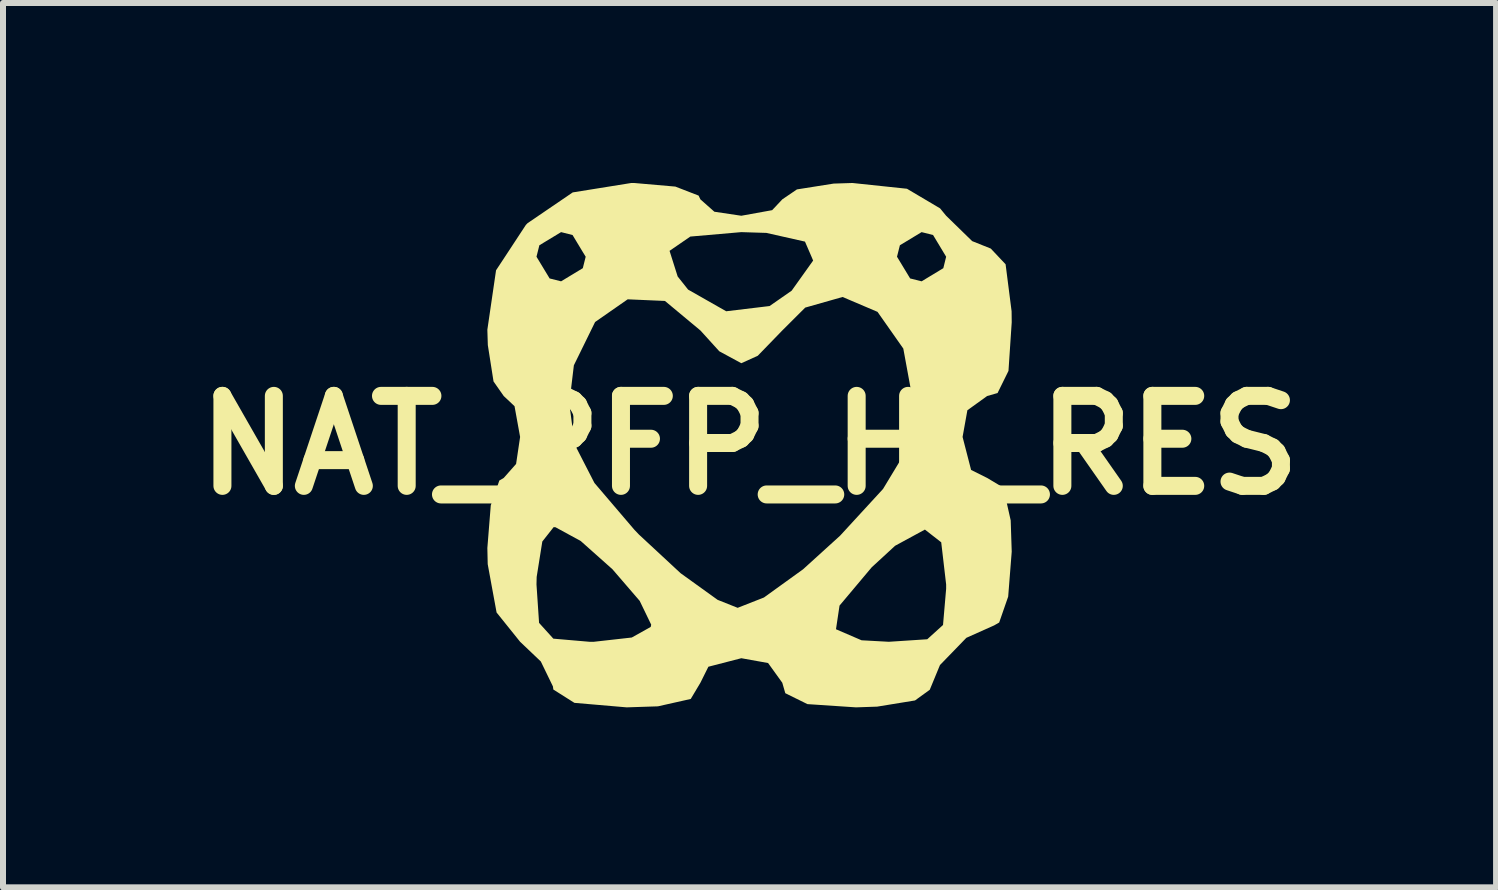
<source format=kicad_pcb>
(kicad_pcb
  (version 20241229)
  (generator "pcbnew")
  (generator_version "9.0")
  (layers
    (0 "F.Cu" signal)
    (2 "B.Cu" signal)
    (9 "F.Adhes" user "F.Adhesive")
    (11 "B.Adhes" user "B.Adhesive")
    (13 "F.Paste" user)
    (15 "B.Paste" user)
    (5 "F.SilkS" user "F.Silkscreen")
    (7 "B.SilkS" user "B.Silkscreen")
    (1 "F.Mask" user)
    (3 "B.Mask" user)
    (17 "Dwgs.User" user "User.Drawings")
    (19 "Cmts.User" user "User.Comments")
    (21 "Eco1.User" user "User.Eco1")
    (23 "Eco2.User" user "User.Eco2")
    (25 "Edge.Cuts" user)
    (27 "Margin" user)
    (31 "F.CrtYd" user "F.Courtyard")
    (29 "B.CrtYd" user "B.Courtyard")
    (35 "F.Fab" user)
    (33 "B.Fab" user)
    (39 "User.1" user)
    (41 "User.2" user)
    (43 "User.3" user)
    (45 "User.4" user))
  (footprint "NAT_PFP_HI_RES"
    (layer "F.Cu")
    (at 9.443 4.37)
    (property "Reference" "NAT_PFP_HI_RES" (at 0 0 0) (layer "F.SilkS") (effects (font (size 1.5 1.5) (thickness 0.3))))
    (attr board_only exclude_from_pos_files exclude_from_bom)
    (fp_poly (pts (xy 2.624 -4.274) (xy 3.176 -3.947) (xy 3.277 -3.824) (xy 3.711 -3.401) (xy 4.021 -3.277) (xy 4.268 -3.015) (xy 4.368 -2.232) (xy 4.37 -2.048) (xy 4.316 -1.238) (xy 4.134 -0.869) (xy 3.96 -0.819) (xy 3.631 -0.582) (xy 3.551 -0.137) (xy 3.693 0.413) (xy 3.96 0.546) (xy 4.23 0.707) (xy 4.353 1.254) (xy 4.37 1.775) (xy 4.311 2.524) (xy 4.161 2.956) (xy 4.077 3.004) (xy 3.614 3.211) (xy 3.174 3.665) (xy 3.004 4.077) (xy 2.758 4.255) (xy 2.127 4.358) (xy 1.775 4.37) (xy 0.965 4.316) (xy 0.596 4.134) (xy 0.546 3.96) (xy 0.309 3.631) (xy -0.137 3.551) (xy -0.686 3.693) (xy -0.819 3.96) (xy -0.98 4.23) (xy -1.527 4.353) (xy -2.048 4.37) (xy -2.919 4.295) (xy -3.27 4.073) (xy -3.277 4.021) (xy -3.479 3.605) (xy -3.824 3.277) (xy -4.216 2.789) (xy -4.302 2.322) (xy -3.551 2.322) (xy -3.508 2.962) (xy -3.27 3.225) (xy -2.667 3.277) (xy -2.595 3.277) (xy -1.963 3.206) (xy -1.716 3.068) (xy 1.441 3.068) (xy 1.867 3.252) (xy 2.322 3.277) (xy 2.962 3.235) (xy 3.225 2.997) (xy 3.277 2.394) (xy 3.277 2.322) (xy 3.195 1.619) (xy 2.923 1.407) (xy 2.426 1.677) (xy 2.036 2.036) (xy 1.5 2.674) (xy 1.441 3.068) (xy -1.716 3.068) (xy -1.647 3.029) (xy -1.639 2.992) (xy -1.831 2.595) (xy -2.285 2.068) (xy -2.814 1.597) (xy -3.234 1.368) (xy -3.265 1.366) (xy -3.454 1.606) (xy -3.548 2.196) (xy -3.551 2.322) (xy -4.302 2.322) (xy -4.364 1.983) (xy -4.37 1.715) (xy -4.313 1.003) (xy -4.17 0.589) (xy -4.097 0.546) (xy -3.891 0.313) (xy -3.824 -0.137) (xy -3.917 -0.65) (xy -3.966 -0.696) (xy -3.004 -0.696) (xy -2.915 -0.013) (xy -2.585 0.63) (xy -1.921 1.408) (xy -1.844 1.489) (xy -1.149 2.134) (xy -0.532 2.578) (xy -0.198 2.711) (xy 0.24 2.539) (xy 0.892 2.069) (xy 1.509 1.509) (xy 2.225 0.73) (xy 2.599 0.111) (xy 2.727 -0.515) (xy 2.731 -0.695) (xy 2.563 -1.61) (xy 2.133 -2.222) (xy 1.551 -2.47) (xy 0.928 -2.293) (xy 0.546 -1.912) (xy 0.137 -1.49) (xy -0.137 -1.366) (xy -0.504 -1.565) (xy -0.819 -1.912) (xy -1.41 -2.404) (xy -2.031 -2.431) (xy -2.574 -2.053) (xy -2.928 -1.331) (xy -3.004 -0.696) (xy -3.966 -0.696) (xy -4.097 -0.819) (xy -4.267 -1.062) (xy -4.362 -1.668) (xy -4.37 -1.924) (xy -4.225 -2.915) (xy -4.076 -3.141) (xy -3.551 -3.141) (xy -3.332 -2.779) (xy -3.141 -2.731) (xy -2.779 -2.95) (xy -2.731 -3.141) (xy -2.791 -3.239) (xy -1.333 -3.239) (xy -1.198 -2.812) (xy -1.024 -2.593) (xy -0.389 -2.232) (xy 0.334 -2.319) (xy 0.702 -2.575) (xy 1.06 -3.077) (xy 1.033 -3.141) (xy 2.458 -3.141) (xy 2.677 -2.779) (xy 2.868 -2.731) (xy 3.23 -2.95) (xy 3.277 -3.141) (xy 3.059 -3.503) (xy 2.868 -3.551) (xy 2.506 -3.332) (xy 2.458 -3.141) (xy 1.033 -3.141) (xy 0.924 -3.393) (xy 0.281 -3.538) (xy -0.137 -3.551) (xy -0.987 -3.477) (xy -1.333 -3.239) (xy -2.791 -3.239) (xy -2.95 -3.503) (xy -3.141 -3.551) (xy -3.503 -3.332) (xy -3.551 -3.141) (xy -4.076 -3.141) (xy -3.728 -3.671) (xy -3.7 -3.7) (xy -2.947 -4.213) (xy -1.971 -4.37) (xy -1.924 -4.37) (xy -1.236 -4.31) (xy -0.849 -4.16) (xy -0.819 -4.097) (xy -0.586 -3.891) (xy -0.137 -3.824) (xy 0.377 -3.917) (xy 0.546 -4.097) (xy 0.79 -4.263) (xy 1.402 -4.36) (xy 1.715 -4.37)) (stroke (width 0) (type solid)) (fill yes) (layer "F.SilkS")))
  (gr_rect
    (start -3 -3)
    (end 21.886 11.74)
    (stroke (width 0.1) (type default))
    (fill no)
    (layer "Edge.Cuts")))
</source>
